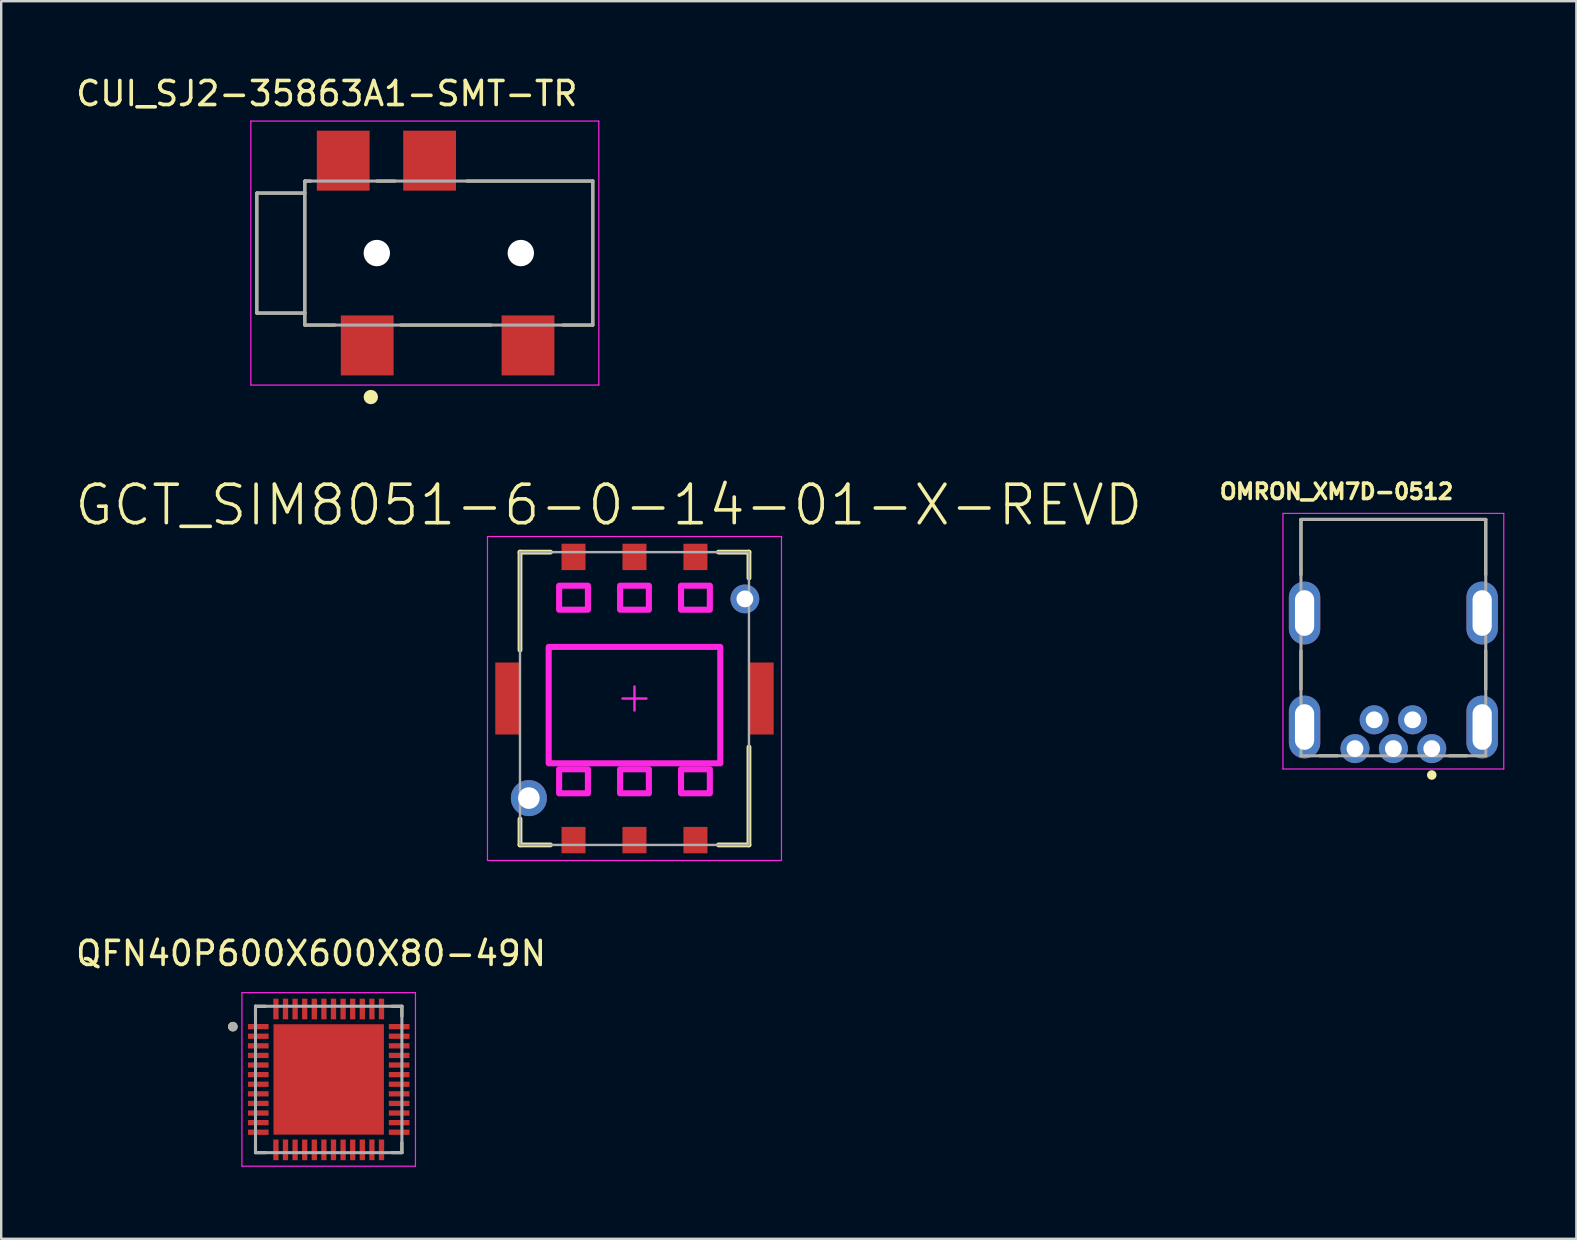
<source format=kicad_pcb>
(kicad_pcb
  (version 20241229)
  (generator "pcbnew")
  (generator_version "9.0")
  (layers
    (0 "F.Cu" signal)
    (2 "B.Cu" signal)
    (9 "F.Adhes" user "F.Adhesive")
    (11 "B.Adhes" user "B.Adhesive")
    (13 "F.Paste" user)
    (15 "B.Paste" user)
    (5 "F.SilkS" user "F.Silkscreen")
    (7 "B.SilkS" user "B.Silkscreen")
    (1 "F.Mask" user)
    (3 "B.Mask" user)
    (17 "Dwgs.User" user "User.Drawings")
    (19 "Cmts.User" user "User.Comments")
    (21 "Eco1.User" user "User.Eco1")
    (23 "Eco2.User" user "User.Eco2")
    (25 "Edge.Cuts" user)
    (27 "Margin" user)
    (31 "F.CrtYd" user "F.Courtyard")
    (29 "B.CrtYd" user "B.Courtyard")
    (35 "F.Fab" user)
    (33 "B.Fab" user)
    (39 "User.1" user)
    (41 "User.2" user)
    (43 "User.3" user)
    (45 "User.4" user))
  (footprint "GCT_SIM8051-6-0-14-01-X-REVD"
    (layer "F.Cu")
    (at 23.387 26.055)
    (property "Reference" "GCT_SIM8051-6-0-14-01-X-REVD" (at -1.072 -8.06 0) (layer "F.SilkS") (effects (font (size 1.603 1.603) (thickness 0.15))))
    (attr through_hole)
    (fp_line (start -4.77 -6.1) (end -3.5 -6.1) (stroke (width 0.2) (type solid)) (layer "F.SilkS"))
    (fp_line (start -4.77 -2.02) (end -4.77 -6.1) (stroke (width 0.2) (type solid)) (layer "F.SilkS"))
    (fp_line (start -4.77 6.1) (end -4.77 5.02) (stroke (width 0.2) (type solid)) (layer "F.SilkS"))
    (fp_line (start -4.77 6.1) (end -3.5 6.1) (stroke (width 0.2) (type solid)) (layer "F.SilkS"))
    (fp_line (start 3.5 -6.1) (end 4.77 -6.1) (stroke (width 0.2) (type solid)) (layer "F.SilkS"))
    (fp_line (start 3.5 6.1) (end 4.77 6.1) (stroke (width 0.2) (type solid)) (layer "F.SilkS"))
    (fp_line (start 4.77 -5.02) (end 4.77 -6.1) (stroke (width 0.2) (type solid)) (layer "F.SilkS"))
    (fp_line (start 4.77 6.1) (end 4.77 2.02) (stroke (width 0.2) (type solid)) (layer "F.SilkS"))
    (fp_line (start -6.125 -6.75) (end 6.125 -6.75) (stroke (width 0.05) (type solid)) (layer "F.CrtYd"))
    (fp_line (start -6.125 6.75) (end -6.125 -6.75) (stroke (width 0.05) (type solid)) (layer "F.CrtYd"))
    (fp_line (start -6.125 6.75) (end 6.125 6.75) (stroke (width 0.05) (type solid)) (layer "F.CrtYd"))
    (fp_line (start -0.5 0) (end 0.5 0) (stroke (width 0.1) (type solid)) (layer "F.CrtYd"))
    (fp_line (start 0 0.5) (end 0 -0.5) (stroke (width 0.1) (type solid)) (layer "F.CrtYd"))
    (fp_line (start 6.125 6.75) (end 6.125 -6.75) (stroke (width 0.05) (type solid)) (layer "F.CrtYd"))
    (fp_poly (pts (xy -3.575 2.7) (xy 3.575 2.7) (xy 3.575 -2.15) (xy -3.575 -2.15)) (stroke (width 0.254) (type solid)) (fill no) (layer "F.CrtYd"))
    (fp_poly (pts (xy -3.14 -3.7) (xy -1.94 -3.7) (xy -1.94 -4.7) (xy -3.14 -4.7)) (stroke (width 0.254) (type solid)) (fill no) (layer "F.CrtYd"))
    (fp_poly (pts (xy -3.14 3.95) (xy -1.94 3.95) (xy -1.94 2.95) (xy -3.14 2.95)) (stroke (width 0.254) (type solid)) (fill no) (layer "F.CrtYd"))
    (fp_poly (pts (xy -0.6 -3.7) (xy 0.6 -3.7) (xy 0.6 -4.7) (xy -0.6 -4.7)) (stroke (width 0.254) (type solid)) (fill no) (layer "F.CrtYd"))
    (fp_poly (pts (xy -0.6 3.95) (xy 0.6 3.95) (xy 0.6 2.95) (xy -0.6 2.95)) (stroke (width 0.254) (type solid)) (fill no) (layer "F.CrtYd"))
    (fp_poly (pts (xy 1.94 -3.7) (xy 3.14 -3.7) (xy 3.14 -4.7) (xy 1.94 -4.7)) (stroke (width 0.254) (type solid)) (fill no) (layer "F.CrtYd"))
    (fp_poly (pts (xy 1.94 3.95) (xy 3.14 3.95) (xy 3.14 2.95) (xy 1.94 2.95)) (stroke (width 0.254) (type solid)) (fill no) (layer "F.CrtYd"))
    (fp_line (start -4.77 -6.1) (end 4.77 -6.1) (stroke (width 0.1) (type solid)) (layer "F.Fab"))
    (fp_line (start -4.77 6.1) (end -4.77 -6.1) (stroke (width 0.1) (type solid)) (layer "F.Fab"))
    (fp_line (start -4.77 6.1) (end 4.77 6.1) (stroke (width 0.1) (type solid)) (layer "F.Fab"))
    (fp_line (start 4.77 6.1) (end 4.77 -6.1) (stroke (width 0.1) (type solid)) (layer "F.Fab"))
    (pad "1" thru_hole circle (at -4.4 4.15) (size 1.5 1.5) (drill 0.9) (layers "*.Cu" "*.Mask"))
    (pad "2" thru_hole circle (at 4.6 -4.15) (size 1.2 1.2) (drill 0.7) (layers "*.Cu" "*.Mask"))
    (pad "6" smd rect (at 5.3 0) (size 1 3) (layers "F.Cu" "F.Mask" "F.Paste"))
    (pad "10" smd rect (at -5.3 0) (size 1 3) (layers "F.Cu" "F.Mask" "F.Paste"))
    (pad "C1" smd rect (at 2.54 5.9) (size 1 1.1) (layers "F.Cu" "F.Mask" "F.Paste"))
    (pad "C2" smd rect (at 0 5.9) (size 1 1.1) (layers "F.Cu" "F.Mask" "F.Paste"))
    (pad "C3" smd rect (at -2.54 5.9) (size 1 1.1) (layers "F.Cu" "F.Mask" "F.Paste"))
    (pad "C5" smd rect (at 2.54 -5.9) (size 1 1.1) (layers "F.Cu" "F.Mask" "F.Paste"))
    (pad "C6" smd rect (at 0 -5.9) (size 1 1.1) (layers "F.Cu" "F.Mask" "F.Paste"))
    (pad "C7" smd rect (at -2.54 -5.9) (size 1 1.1) (layers "F.Cu" "F.Mask" "F.Paste")))
  (footprint "QFN40P600X600X80-49N"
    (layer "F.Cu")
    (at 10.646 41.928)
    (property "Reference" "QFN40P600X600X80-49N" (at -0.735 -5.25 0) (layer "F.SilkS") (effects (font (size 1 1) (thickness 0.15))))
    (attr through_hole)
    (fp_line (start -3.05 -3.05) (end -3.05 -2.63) (stroke (width 0.127) (type solid)) (layer "F.SilkS"))
    (fp_line (start -3.05 -3.05) (end -2.63 -3.05) (stroke (width 0.127) (type solid)) (layer "F.SilkS"))
    (fp_line (start -3.05 3.05) (end -3.05 2.63) (stroke (width 0.127) (type solid)) (layer "F.SilkS"))
    (fp_line (start -3.05 3.05) (end -2.63 3.05) (stroke (width 0.127) (type solid)) (layer "F.SilkS"))
    (fp_line (start 3.05 -3.05) (end 2.63 -3.05) (stroke (width 0.127) (type solid)) (layer "F.SilkS"))
    (fp_line (start 3.05 -3.05) (end 3.05 -2.63) (stroke (width 0.127) (type solid)) (layer "F.SilkS"))
    (fp_line (start 3.05 3.05) (end 2.63 3.05) (stroke (width 0.127) (type solid)) (layer "F.SilkS"))
    (fp_line (start 3.05 3.05) (end 3.05 2.63) (stroke (width 0.127) (type solid)) (layer "F.SilkS"))
    (fp_circle (center -3.995 -2.2) (end -3.895 -2.2) (stroke (width 0.2) (type solid)) (fill no) (layer "F.SilkS"))
    (fp_poly (pts (xy -1.88 -1.88) (xy -0.42 -1.88) (xy -0.42 -0.42) (xy -1.88 -0.42)) (stroke (width 0.01) (type solid)) (fill yes) (layer "F.Paste"))
    (fp_poly (pts (xy -1.88 0.42) (xy -0.42 0.42) (xy -0.42 1.88) (xy -1.88 1.88)) (stroke (width 0.01) (type solid)) (fill yes) (layer "F.Paste"))
    (fp_poly (pts (xy 0.42 -1.88) (xy 1.88 -1.88) (xy 1.88 -0.42) (xy 0.42 -0.42)) (stroke (width 0.01) (type solid)) (fill yes) (layer "F.Paste"))
    (fp_poly (pts (xy 0.42 0.42) (xy 1.88 0.42) (xy 1.88 1.88) (xy 0.42 1.88)) (stroke (width 0.01) (type solid)) (fill yes) (layer "F.Paste"))
    (fp_line (start -3.615 -3.615) (end 3.615 -3.615) (stroke (width 0.05) (type solid)) (layer "F.CrtYd"))
    (fp_line (start -3.615 3.615) (end -3.615 -3.615) (stroke (width 0.05) (type solid)) (layer "F.CrtYd"))
    (fp_line (start -3.615 3.615) (end 3.615 3.615) (stroke (width 0.05) (type solid)) (layer "F.CrtYd"))
    (fp_line (start 3.615 3.615) (end 3.615 -3.615) (stroke (width 0.05) (type solid)) (layer "F.CrtYd"))
    (fp_line (start -3.05 3.05) (end -3.05 -3.05) (stroke (width 0.127) (type solid)) (layer "F.Fab"))
    (fp_line (start 3.05 -3.05) (end -3.05 -3.05) (stroke (width 0.127) (type solid)) (layer "F.Fab"))
    (fp_line (start 3.05 3.05) (end -3.05 3.05) (stroke (width 0.127) (type solid)) (layer "F.Fab"))
    (fp_line (start 3.05 3.05) (end 3.05 -3.05) (stroke (width 0.127) (type solid)) (layer "F.Fab"))
    (fp_circle (center -3.995 -2.2) (end -3.895 -2.2) (stroke (width 0.2) (type solid)) (fill no) (layer "F.Fab"))
    (pad "1" smd roundrect (at -2.935 -2.2) (size 0.86 0.22) (layers "F.Cu" "F.Mask" "F.Paste") (roundrect_rratio 0.03))
    (pad "2" smd roundrect (at -2.935 -1.8) (size 0.86 0.22) (layers "F.Cu" "F.Mask" "F.Paste") (roundrect_rratio 0.03))
    (pad "3" smd roundrect (at -2.935 -1.4) (size 0.86 0.22) (layers "F.Cu" "F.Mask" "F.Paste") (roundrect_rratio 0.03))
    (pad "4" smd roundrect (at -2.935 -1) (size 0.86 0.22) (layers "F.Cu" "F.Mask" "F.Paste") (roundrect_rratio 0.03))
    (pad "5" smd roundrect (at -2.935 -0.6) (size 0.86 0.22) (layers "F.Cu" "F.Mask" "F.Paste") (roundrect_rratio 0.03))
    (pad "6" smd roundrect (at -2.935 -0.2) (size 0.86 0.22) (layers "F.Cu" "F.Mask" "F.Paste") (roundrect_rratio 0.03))
    (pad "7" smd roundrect (at -2.935 0.2) (size 0.86 0.22) (layers "F.Cu" "F.Mask" "F.Paste") (roundrect_rratio 0.03))
    (pad "8" smd roundrect (at -2.935 0.6) (size 0.86 0.22) (layers "F.Cu" "F.Mask" "F.Paste") (roundrect_rratio 0.03))
    (pad "9" smd roundrect (at -2.935 1) (size 0.86 0.22) (layers "F.Cu" "F.Mask" "F.Paste") (roundrect_rratio 0.03))
    (pad "10" smd roundrect (at -2.935 1.4) (size 0.86 0.22) (layers "F.Cu" "F.Mask" "F.Paste") (roundrect_rratio 0.03))
    (pad "11" smd roundrect (at -2.935 1.8) (size 0.86 0.22) (layers "F.Cu" "F.Mask" "F.Paste") (roundrect_rratio 0.03))
    (pad "12" smd roundrect (at -2.935 2.2) (size 0.86 0.22) (layers "F.Cu" "F.Mask" "F.Paste") (roundrect_rratio 0.03))
    (pad "13" smd roundrect (at -2.2 2.935 90) (size 0.86 0.22) (layers "F.Cu" "F.Mask" "F.Paste") (roundrect_rratio 0.03))
    (pad "14" smd roundrect (at -1.8 2.935 90) (size 0.86 0.22) (layers "F.Cu" "F.Mask" "F.Paste") (roundrect_rratio 0.03))
    (pad "15" smd roundrect (at -1.4 2.935 90) (size 0.86 0.22) (layers "F.Cu" "F.Mask" "F.Paste") (roundrect_rratio 0.03))
    (pad "16" smd roundrect (at -1 2.935 90) (size 0.86 0.22) (layers "F.Cu" "F.Mask" "F.Paste") (roundrect_rratio 0.03))
    (pad "17" smd roundrect (at -0.6 2.935 90) (size 0.86 0.22) (layers "F.Cu" "F.Mask" "F.Paste") (roundrect_rratio 0.03))
    (pad "18" smd roundrect (at -0.2 2.935 90) (size 0.86 0.22) (layers "F.Cu" "F.Mask" "F.Paste") (roundrect_rratio 0.03))
    (pad "19" smd roundrect (at 0.2 2.935 90) (size 0.86 0.22) (layers "F.Cu" "F.Mask" "F.Paste") (roundrect_rratio 0.03))
    (pad "20" smd roundrect (at 0.6 2.935 90) (size 0.86 0.22) (layers "F.Cu" "F.Mask" "F.Paste") (roundrect_rratio 0.03))
    (pad "21" smd roundrect (at 1 2.935 90) (size 0.86 0.22) (layers "F.Cu" "F.Mask" "F.Paste") (roundrect_rratio 0.03))
    (pad "22" smd roundrect (at 1.4 2.935 90) (size 0.86 0.22) (layers "F.Cu" "F.Mask" "F.Paste") (roundrect_rratio 0.03))
    (pad "23" smd roundrect (at 1.8 2.935 90) (size 0.86 0.22) (layers "F.Cu" "F.Mask" "F.Paste") (roundrect_rratio 0.03))
    (pad "24" smd roundrect (at 2.2 2.935 90) (size 0.86 0.22) (layers "F.Cu" "F.Mask" "F.Paste") (roundrect_rratio 0.03))
    (pad "25" smd roundrect (at 2.935 2.2) (size 0.86 0.22) (layers "F.Cu" "F.Mask" "F.Paste") (roundrect_rratio 0.03))
    (pad "26" smd roundrect (at 2.935 1.8) (size 0.86 0.22) (layers "F.Cu" "F.Mask" "F.Paste") (roundrect_rratio 0.03))
    (pad "27" smd roundrect (at 2.935 1.4) (size 0.86 0.22) (layers "F.Cu" "F.Mask" "F.Paste") (roundrect_rratio 0.03))
    (pad "28" smd roundrect (at 2.935 1) (size 0.86 0.22) (layers "F.Cu" "F.Mask" "F.Paste") (roundrect_rratio 0.03))
    (pad "29" smd roundrect (at 2.935 0.6) (size 0.86 0.22) (layers "F.Cu" "F.Mask" "F.Paste") (roundrect_rratio 0.03))
    (pad "30" smd roundrect (at 2.935 0.2) (size 0.86 0.22) (layers "F.Cu" "F.Mask" "F.Paste") (roundrect_rratio 0.03))
    (pad "31" smd roundrect (at 2.935 -0.2) (size 0.86 0.22) (layers "F.Cu" "F.Mask" "F.Paste") (roundrect_rratio 0.03))
    (pad "32" smd roundrect (at 2.935 -0.6) (size 0.86 0.22) (layers "F.Cu" "F.Mask" "F.Paste") (roundrect_rratio 0.03))
    (pad "33" smd roundrect (at 2.935 -1) (size 0.86 0.22) (layers "F.Cu" "F.Mask" "F.Paste") (roundrect_rratio 0.03))
    (pad "34" smd roundrect (at 2.935 -1.4) (size 0.86 0.22) (layers "F.Cu" "F.Mask" "F.Paste") (roundrect_rratio 0.03))
    (pad "35" smd roundrect (at 2.935 -1.8) (size 0.86 0.22) (layers "F.Cu" "F.Mask" "F.Paste") (roundrect_rratio 0.03))
    (pad "36" smd roundrect (at 2.935 -2.2) (size 0.86 0.22) (layers "F.Cu" "F.Mask" "F.Paste") (roundrect_rratio 0.03))
    (pad "37" smd roundrect (at 2.2 -2.935 90) (size 0.86 0.22) (layers "F.Cu" "F.Mask" "F.Paste") (roundrect_rratio 0.03))
    (pad "38" smd roundrect (at 1.8 -2.935 90) (size 0.86 0.22) (layers "F.Cu" "F.Mask" "F.Paste") (roundrect_rratio 0.03))
    (pad "39" smd roundrect (at 1.4 -2.935 90) (size 0.86 0.22) (layers "F.Cu" "F.Mask" "F.Paste") (roundrect_rratio 0.03))
    (pad "40" smd roundrect (at 1 -2.935 90) (size 0.86 0.22) (layers "F.Cu" "F.Mask" "F.Paste") (roundrect_rratio 0.03))
    (pad "41" smd roundrect (at 0.6 -2.935 90) (size 0.86 0.22) (layers "F.Cu" "F.Mask" "F.Paste") (roundrect_rratio 0.03))
    (pad "42" smd roundrect (at 0.2 -2.935 90) (size 0.86 0.22) (layers "F.Cu" "F.Mask" "F.Paste") (roundrect_rratio 0.03))
    (pad "43" smd roundrect (at -0.2 -2.935 90) (size 0.86 0.22) (layers "F.Cu" "F.Mask" "F.Paste") (roundrect_rratio 0.03))
    (pad "44" smd roundrect (at -0.6 -2.935 90) (size 0.86 0.22) (layers "F.Cu" "F.Mask" "F.Paste") (roundrect_rratio 0.03))
    (pad "45" smd roundrect (at -1 -2.935 90) (size 0.86 0.22) (layers "F.Cu" "F.Mask" "F.Paste") (roundrect_rratio 0.03))
    (pad "46" smd roundrect (at -1.4 -2.935 90) (size 0.86 0.22) (layers "F.Cu" "F.Mask" "F.Paste") (roundrect_rratio 0.03))
    (pad "47" smd roundrect (at -1.8 -2.935 90) (size 0.86 0.22) (layers "F.Cu" "F.Mask" "F.Paste") (roundrect_rratio 0.03))
    (pad "48" smd roundrect (at -2.2 -2.935 90) (size 0.86 0.22) (layers "F.Cu" "F.Mask" "F.Paste") (roundrect_rratio 0.03))
    (pad "49" smd rect (at 0 0) (size 4.6 4.6) (layers "F.Cu" "F.Mask")))
  (footprint "CUI_SJ2-35863A1-SMT-TR"
    (layer "F.Cu")
    (at 15.651 7.494)
    (property "Reference" "CUI_SJ2-35863A1-SMT-TR" (at -5.082 -6.645 0) (layer "F.SilkS") (effects (font (size 1.001 1.001) (thickness 0.15))))
    (attr through_hole)
    (fp_line (start -8 -2.5) (end -8 2.5) (stroke (width 0.127) (type solid)) (layer "F.SilkS"))
    (fp_line (start -8 2.5) (end -6 2.5) (stroke (width 0.127) (type solid)) (layer "F.SilkS"))
    (fp_line (start -6 -3) (end -5.75 -3) (stroke (width 0.127) (type solid)) (layer "F.SilkS"))
    (fp_line (start -6 -2.5) (end -8 -2.5) (stroke (width 0.127) (type solid)) (layer "F.SilkS"))
    (fp_line (start -6 2.5) (end -6 -3) (stroke (width 0.127) (type solid)) (layer "F.SilkS"))
    (fp_line (start -6 2.5) (end -6 3) (stroke (width 0.127) (type solid)) (layer "F.SilkS"))
    (fp_line (start -6 3) (end -4.75 3) (stroke (width 0.127) (type solid)) (layer "F.SilkS"))
    (fp_line (start -3 -3) (end -2.25 -3) (stroke (width 0.127) (type solid)) (layer "F.SilkS"))
    (fp_line (start -2 3) (end 1.75 3) (stroke (width 0.127) (type solid)) (layer "F.SilkS"))
    (fp_line (start 4.75 3) (end 6 3) (stroke (width 0.127) (type solid)) (layer "F.SilkS"))
    (fp_line (start 6 -3) (end 0.75 -3) (stroke (width 0.127) (type solid)) (layer "F.SilkS"))
    (fp_line (start 6 3) (end 6 -3) (stroke (width 0.127) (type solid)) (layer "F.SilkS"))
    (fp_circle (center -3.25 6) (end -3.1 6) (stroke (width 0.3) (type solid)) (fill no) (layer "F.SilkS"))
    (fp_line (start -8.25 -5.5) (end 6.25 -5.5) (stroke (width 0.05) (type solid)) (layer "F.CrtYd"))
    (fp_line (start -8.25 5.5) (end -8.25 -5.5) (stroke (width 0.05) (type solid)) (layer "F.CrtYd"))
    (fp_line (start 6.25 -5.5) (end 6.25 5.5) (stroke (width 0.05) (type solid)) (layer "F.CrtYd"))
    (fp_line (start 6.25 5.5) (end -8.25 5.5) (stroke (width 0.05) (type solid)) (layer "F.CrtYd"))
    (fp_line (start -8 -2.5) (end -8 2.5) (stroke (width 0.127) (type solid)) (layer "F.Fab"))
    (fp_line (start -8 2.5) (end -6 2.5) (stroke (width 0.127) (type solid)) (layer "F.Fab"))
    (fp_line (start -6 -3) (end 6 -3) (stroke (width 0.127) (type solid)) (layer "F.Fab"))
    (fp_line (start -6 -2.5) (end -8 -2.5) (stroke (width 0.127) (type solid)) (layer "F.Fab"))
    (fp_line (start -6 -2.5) (end -6 -3) (stroke (width 0.127) (type solid)) (layer "F.Fab"))
    (fp_line (start -6 2.5) (end -6 -2.5) (stroke (width 0.127) (type solid)) (layer "F.Fab"))
    (fp_line (start -6 3) (end -6 2.5) (stroke (width 0.127) (type solid)) (layer "F.Fab"))
    (fp_line (start 6 -3) (end 6 3) (stroke (width 0.127) (type solid)) (layer "F.Fab"))
    (fp_line (start 6 3) (end -6 3) (stroke (width 0.127) (type solid)) (layer "F.Fab"))
    (pad "" np_thru_hole circle (at -3 0) (size 1.1 1.1) (drill 1.1) (layers "*.Cu" "*.Mask"))
    (pad "" np_thru_hole circle (at 3 0) (size 1.1 1.1) (drill 1.1) (layers "*.Cu" "*.Mask"))
    (pad "1" smd rect (at -3.4 3.85) (size 2.2 2.5) (layers "F.Cu" "F.Mask" "F.Paste"))
    (pad "2" smd rect (at 3.3 3.85) (size 2.2 2.5) (layers "F.Cu" "F.Mask" "F.Paste"))
    (pad "3" smd rect (at -0.8 -3.85) (size 2.2 2.5) (layers "F.Cu" "F.Mask" "F.Paste"))
    (pad "4" smd rect (at -4.4 -3.85) (size 2.2 2.5) (layers "F.Cu" "F.Mask" "F.Paste")))
  (footprint "OMRON_XM7D-0512"
    (layer "F.Cu")
    (at 55.008 27.243)
    (property "Reference" "OMRON_XM7D-0512" (at -2.369 -9.811 0) (layer "F.SilkS") (effects (font (size 0.64 0.64) (thickness 0.15))))
    (attr through_hole)
    (fp_line (start -3.85 -8.65) (end -3.85 -6.34) (stroke (width 0.127) (type solid)) (layer "F.SilkS"))
    (fp_line (start -3.85 -8.65) (end 3.85 -8.65) (stroke (width 0.127) (type solid)) (layer "F.SilkS"))
    (fp_line (start -3.85 -3.18) (end -3.85 -1.57) (stroke (width 0.127) (type solid)) (layer "F.SilkS"))
    (fp_line (start -3.06 1.2) (end -2.33 1.2) (stroke (width 0.127) (type solid)) (layer "F.SilkS"))
    (fp_line (start 2.34 1.2) (end 3.05 1.2) (stroke (width 0.127) (type solid)) (layer "F.SilkS"))
    (fp_line (start 3.85 -8.65) (end 3.85 -6.34) (stroke (width 0.127) (type solid)) (layer "F.SilkS"))
    (fp_line (start 3.85 -3.18) (end 3.85 -1.57) (stroke (width 0.127) (type solid)) (layer "F.SilkS"))
    (fp_circle (center 1.6 2) (end 1.7 2) (stroke (width 0.2) (type solid)) (fill no) (layer "F.SilkS"))
    (fp_line (start -4.6 -8.9) (end 4.6 -8.9) (stroke (width 0.05) (type solid)) (layer "F.CrtYd"))
    (fp_line (start -4.6 1.75) (end -4.6 -8.9) (stroke (width 0.05) (type solid)) (layer "F.CrtYd"))
    (fp_line (start 4.6 -8.9) (end 4.6 1.75) (stroke (width 0.05) (type solid)) (layer "F.CrtYd"))
    (fp_line (start 4.6 1.75) (end -4.6 1.75) (stroke (width 0.05) (type solid)) (layer "F.CrtYd"))
    (fp_line (start -3.85 -8.65) (end 3.85 -8.65) (stroke (width 0.127) (type solid)) (layer "F.Fab"))
    (fp_line (start -3.85 1.2) (end -3.85 -8.65) (stroke (width 0.127) (type solid)) (layer "F.Fab"))
    (fp_line (start 3.85 -8.65) (end 3.85 1.2) (stroke (width 0.127) (type solid)) (layer "F.Fab"))
    (fp_line (start 3.85 1.2) (end -3.85 1.2) (stroke (width 0.127) (type solid)) (layer "F.Fab"))
    (pad "1" thru_hole circle (at 1.6 0.9) (size 1.208 1.208) (drill 0.7) (layers "*.Cu" "*.Mask"))
    (pad "2" thru_hole circle (at 0.8 -0.3) (size 1.208 1.208) (drill 0.7) (layers "*.Cu" "*.Mask"))
    (pad "3" thru_hole circle (at 0 0.9) (size 1.208 1.208) (drill 0.7) (layers "*.Cu" "*.Mask"))
    (pad "4" thru_hole circle (at -0.8 -0.3) (size 1.208 1.208) (drill 0.7) (layers "*.Cu" "*.Mask"))
    (pad "5" thru_hole circle (at -1.6 0.9) (size 1.208 1.208) (drill 0.7) (layers "*.Cu" "*.Mask"))
    (pad "SH1" thru_hole oval (at -3.7 -4.75) (size 1.308 2.616) (drill oval 0.8 1.9) (layers "*.Cu" "*.Mask"))
    (pad "SH2" thru_hole oval (at -3.7 0) (size 1.308 2.616) (drill oval 0.8 1.9) (layers "*.Cu" "*.Mask"))
    (pad "SH3" thru_hole oval (at 3.7 0) (size 1.308 2.616) (drill oval 0.8 1.9) (layers "*.Cu" "*.Mask"))
    (pad "SH4" thru_hole oval (at 3.7 -4.75) (size 1.308 2.616) (drill oval 0.8 1.9) (layers "*.Cu" "*.Mask")))
  (gr_rect
    (start -3 -3)
    (end 62.633 48.568)
    (stroke (width 0.1) (type default))
    (fill no)
    (layer "Edge.Cuts")))
</source>
